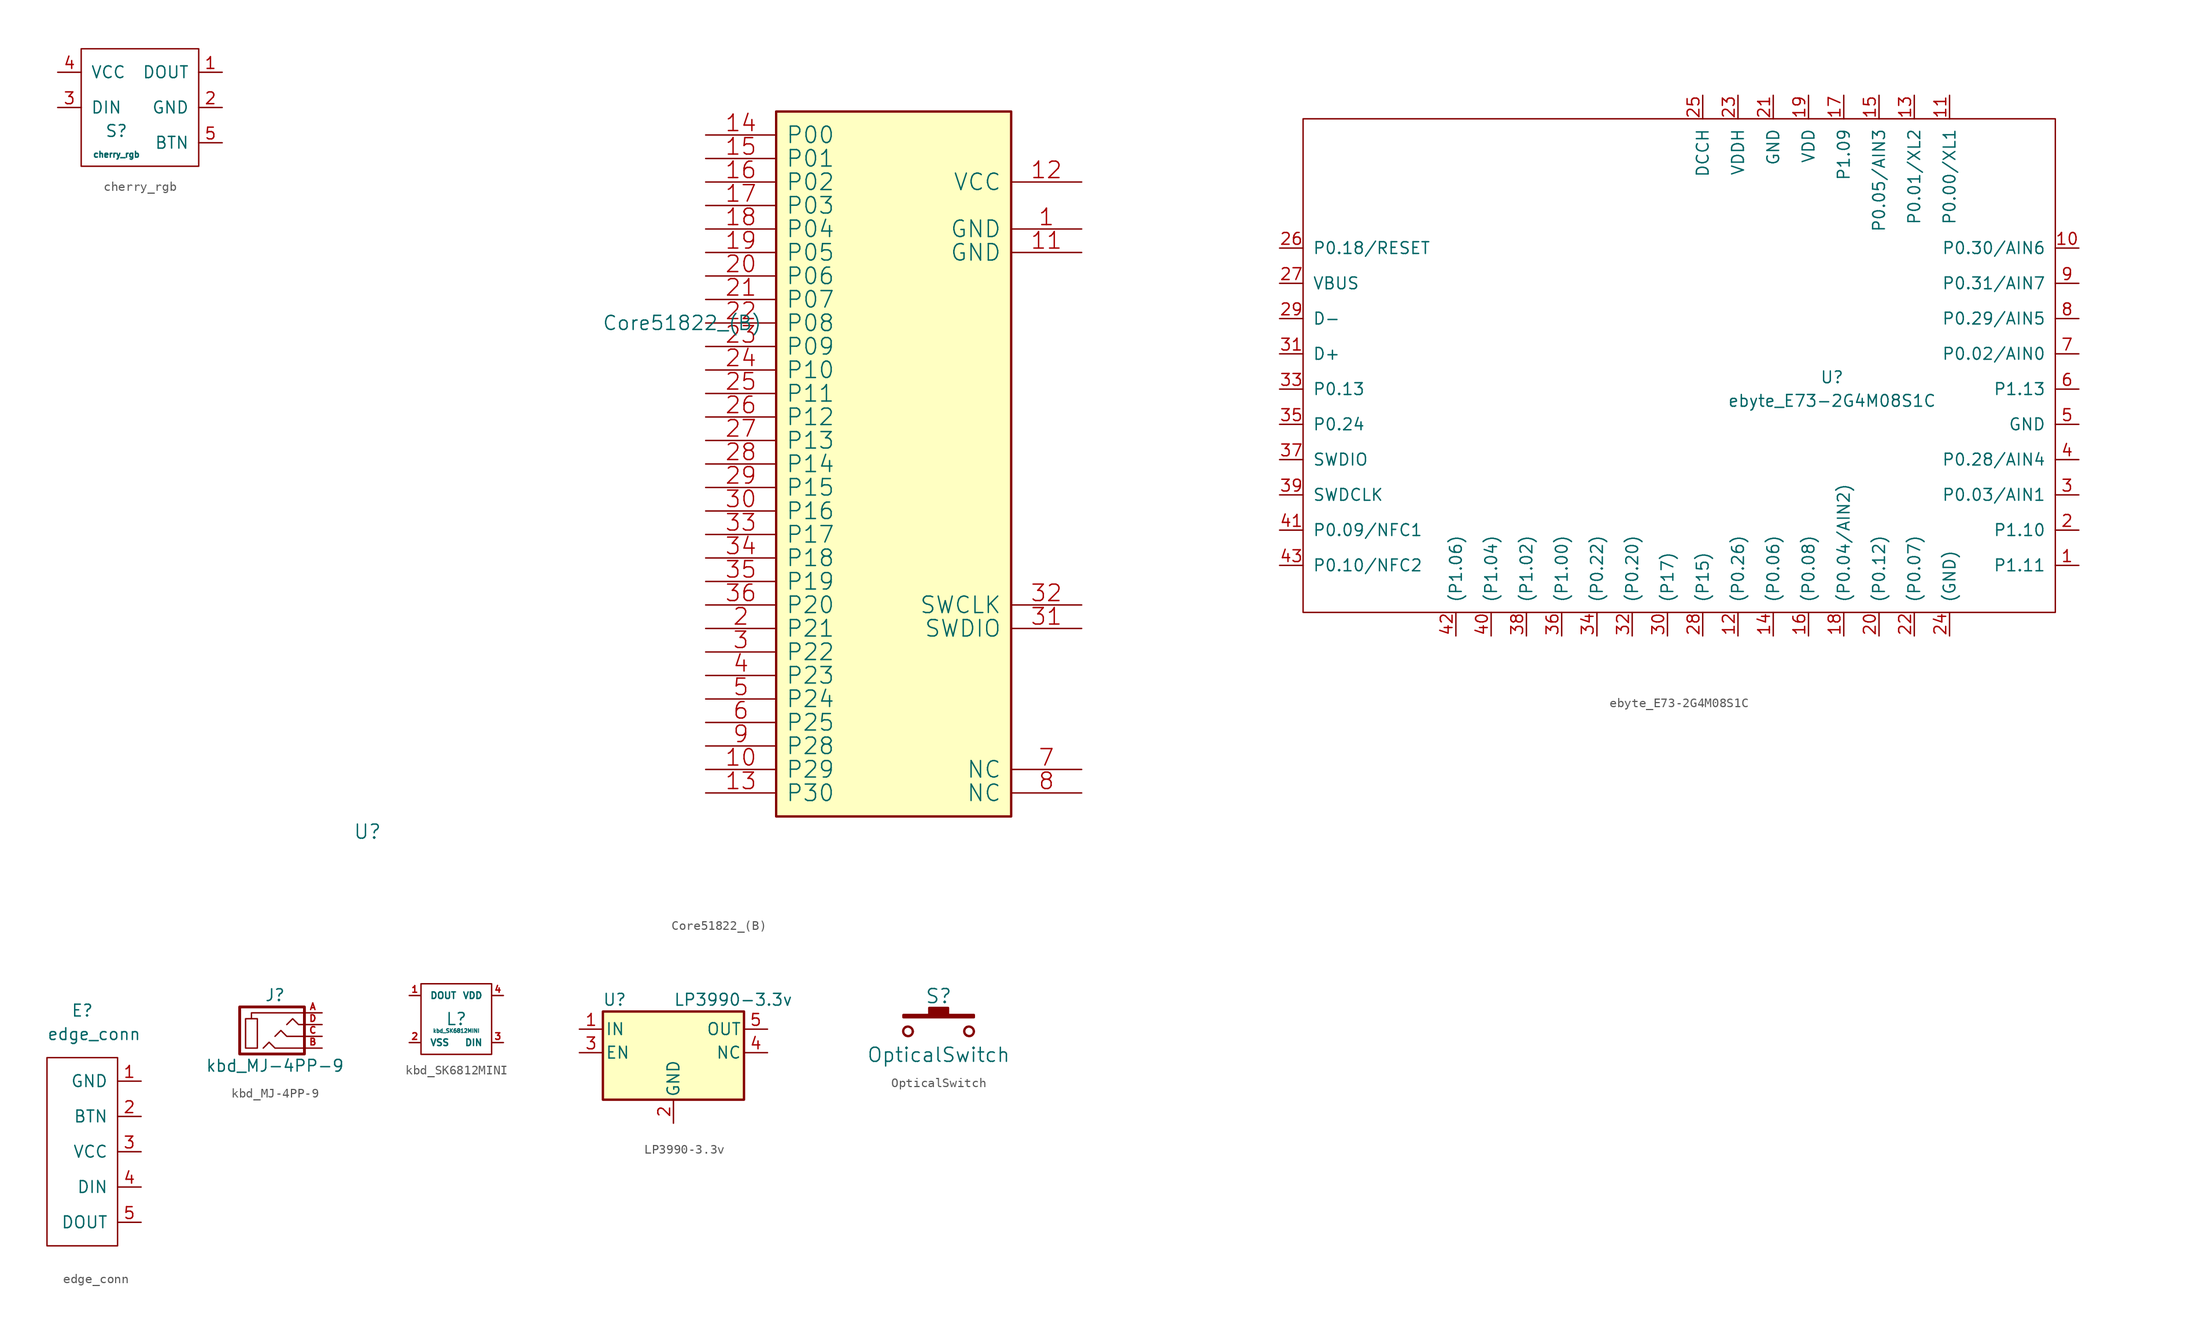
<source format=kicad_sym>
(kicad_symbol_lib
  (version 20211014)
  (generator kicad_symbol_editor)
  (symbol "cherry_rgb"
    (pin_names
      (offset 1.016))
    (property "Reference" "S"
      (at -2.54 -2.54 0)
      (effects (font (size 1.27 1.27))))
    (property "Value" "cherry_rgb"
      (at -2.54 -5.08 0)
      (effects (font (size 0.635 0.635))))
    (symbol "cherry_rgb_0_1"
      (rectangle (start -6.35 6.35) (end 6.35 -6.35) (stroke (width 0) (type default) (color 0 0 0 0)) (fill (type none))))
    (symbol "cherry_rgb_1_1"
      (pin input line (at 8.89 3.81 180) (length 2.54) (name "DOUT" (effects (font (size 1.27 1.27)))) (number "1" (effects (font (size 1.27 1.27)))))
      (pin input line (at 8.89 0 180) (length 2.54) (name "GND" (effects (font (size 1.27 1.27)))) (number "2" (effects (font (size 1.27 1.27)))))
      (pin input line (at -8.89 0 0) (length 2.54) (name "DIN" (effects (font (size 1.27 1.27)))) (number "3" (effects (font (size 1.27 1.27)))))
      (pin input line (at -8.89 3.81 0) (length 2.54) (name "VCC" (effects (font (size 1.27 1.27)))) (number "4" (effects (font (size 1.27 1.27)))))
      (pin input line (at 8.89 -3.81 180) (length 2.54) (name "BTN" (effects (font (size 1.27 1.27)))) (number "5" (effects (font (size 1.27 1.27)))))))
  (symbol "Core51822_(B)"
    (pin_names
      (offset 1.016))
    (property "Reference" "U"
      (at -35.56 -55.88 0)
      (effects (font (size 1.524 1.524)) (justify left bottom)))
    (property "Value" "Core51822_(B)"
      (at 0 0 0)
      (effects (font (size 1.524 1.524))))
    (property "Footprint" ""
      (at 0 0 0)
      (effects (font (size 1.524 1.524))))
    (property "Datasheet" ""
      (at 0 0 0)
      (effects (font (size 1.524 1.524))))
    (symbol "Core51822_(B)_0_1"
      (rectangle (start 35.56 -53.34) (end 10.16 22.86) (stroke (width 0.254) (type default) (color 0 0 0 0)) (fill (type background)))
      (pin passive line (at 43.18 10.16 180) (length 7.62) (name "GND" (effects (font (size 1.778 1.778)))) (number "1" (effects (font (size 1.778 1.778)))))
      (pin passive line (at 2.54 -48.26 0) (length 7.62) (name "P29" (effects (font (size 1.778 1.778)))) (number "10" (effects (font (size 1.778 1.778)))))
      (pin passive line (at 43.18 7.62 180) (length 7.62) (name "GND" (effects (font (size 1.778 1.778)))) (number "11" (effects (font (size 1.778 1.778)))))
      (pin passive line (at 43.18 15.24 180) (length 7.62) (name "VCC" (effects (font (size 1.778 1.778)))) (number "12" (effects (font (size 1.778 1.778)))))
      (pin passive line (at 2.54 -50.8 0) (length 7.62) (name "P30" (effects (font (size 1.778 1.778)))) (number "13" (effects (font (size 1.778 1.778)))))
      (pin passive line (at 2.54 20.32 0) (length 7.62) (name "P00" (effects (font (size 1.778 1.778)))) (number "14" (effects (font (size 1.778 1.778)))))
      (pin passive line (at 2.54 17.78 0) (length 7.62) (name "P01" (effects (font (size 1.778 1.778)))) (number "15" (effects (font (size 1.778 1.778)))))
      (pin passive line (at 2.54 15.24 0) (length 7.62) (name "P02" (effects (font (size 1.778 1.778)))) (number "16" (effects (font (size 1.778 1.778)))))
      (pin passive line (at 2.54 12.7 0) (length 7.62) (name "P03" (effects (font (size 1.778 1.778)))) (number "17" (effects (font (size 1.778 1.778)))))
      (pin passive line (at 2.54 10.16 0) (length 7.62) (name "P04" (effects (font (size 1.778 1.778)))) (number "18" (effects (font (size 1.778 1.778)))))
      (pin passive line (at 2.54 7.62 0) (length 7.62) (name "P05" (effects (font (size 1.778 1.778)))) (number "19" (effects (font (size 1.778 1.778)))))
      (pin passive line (at 2.54 -33.02 0) (length 7.62) (name "P21" (effects (font (size 1.778 1.778)))) (number "2" (effects (font (size 1.778 1.778)))))
      (pin passive line (at 2.54 5.08 0) (length 7.62) (name "P06" (effects (font (size 1.778 1.778)))) (number "20" (effects (font (size 1.778 1.778)))))
      (pin passive line (at 2.54 2.54 0) (length 7.62) (name "P07" (effects (font (size 1.778 1.778)))) (number "21" (effects (font (size 1.778 1.778)))))
      (pin passive line (at 2.54 0 0) (length 7.62) (name "P08" (effects (font (size 1.778 1.778)))) (number "22" (effects (font (size 1.778 1.778)))))
      (pin passive line (at 2.54 -2.54 0) (length 7.62) (name "P09" (effects (font (size 1.778 1.778)))) (number "23" (effects (font (size 1.778 1.778)))))
      (pin passive line (at 2.54 -5.08 0) (length 7.62) (name "P10" (effects (font (size 1.778 1.778)))) (number "24" (effects (font (size 1.778 1.778)))))
      (pin passive line (at 2.54 -7.62 0) (length 7.62) (name "P11" (effects (font (size 1.778 1.778)))) (number "25" (effects (font (size 1.778 1.778)))))
      (pin passive line (at 2.54 -10.16 0) (length 7.62) (name "P12" (effects (font (size 1.778 1.778)))) (number "26" (effects (font (size 1.778 1.778)))))
      (pin passive line (at 2.54 -12.7 0) (length 7.62) (name "P13" (effects (font (size 1.778 1.778)))) (number "27" (effects (font (size 1.778 1.778)))))
      (pin passive line (at 2.54 -15.24 0) (length 7.62) (name "P14" (effects (font (size 1.778 1.778)))) (number "28" (effects (font (size 1.778 1.778)))))
      (pin passive line (at 2.54 -17.78 0) (length 7.62) (name "P15" (effects (font (size 1.778 1.778)))) (number "29" (effects (font (size 1.778 1.778)))))
      (pin passive line (at 2.54 -35.56 0) (length 7.62) (name "P22" (effects (font (size 1.778 1.778)))) (number "3" (effects (font (size 1.778 1.778)))))
      (pin passive line (at 2.54 -20.32 0) (length 7.62) (name "P16" (effects (font (size 1.778 1.778)))) (number "30" (effects (font (size 1.778 1.778)))))
      (pin passive line (at 43.18 -33.02 180) (length 7.62) (name "SWDIO" (effects (font (size 1.778 1.778)))) (number "31" (effects (font (size 1.778 1.778)))))
      (pin passive line (at 43.18 -30.48 180) (length 7.62) (name "SWCLK" (effects (font (size 1.778 1.778)))) (number "32" (effects (font (size 1.778 1.778)))))
      (pin passive line (at 2.54 -22.86 0) (length 7.62) (name "P17" (effects (font (size 1.778 1.778)))) (number "33" (effects (font (size 1.778 1.778)))))
      (pin passive line (at 2.54 -25.4 0) (length 7.62) (name "P18" (effects (font (size 1.778 1.778)))) (number "34" (effects (font (size 1.778 1.778)))))
      (pin passive line (at 2.54 -27.94 0) (length 7.62) (name "P19" (effects (font (size 1.778 1.778)))) (number "35" (effects (font (size 1.778 1.778)))))
      (pin passive line (at 2.54 -30.48 0) (length 7.62) (name "P20" (effects (font (size 1.778 1.778)))) (number "36" (effects (font (size 1.778 1.778)))))
      (pin passive line (at 2.54 -38.1 0) (length 7.62) (name "P23" (effects (font (size 1.778 1.778)))) (number "4" (effects (font (size 1.778 1.778)))))
      (pin passive line (at 2.54 -40.64 0) (length 7.62) (name "P24" (effects (font (size 1.778 1.778)))) (number "5" (effects (font (size 1.778 1.778)))))
      (pin passive line (at 2.54 -43.18 0) (length 7.62) (name "P25" (effects (font (size 1.778 1.778)))) (number "6" (effects (font (size 1.778 1.778)))))
      (pin passive line (at 43.18 -48.26 180) (length 7.62) (name "NC" (effects (font (size 1.778 1.778)))) (number "7" (effects (font (size 1.778 1.778)))))
      (pin passive line (at 43.18 -50.8 180) (length 7.62) (name "NC" (effects (font (size 1.778 1.778)))) (number "8" (effects (font (size 1.778 1.778)))))
      (pin passive line (at 2.54 -45.72 0) (length 7.62) (name "P28" (effects (font (size 1.778 1.778)))) (number "9" (effects (font (size 1.778 1.778)))))))
  (symbol "ebyte_E73-2G4M08S1C"
    (pin_names
      (offset 1.016))
    (property "Reference" "U"
      (at 1.27 0 0)
      (effects (font (size 1.27 1.27))))
    (property "Value" "ebyte_E73-2G4M08S1C"
      (at 1.27 -2.54 0)
      (effects (font (size 1.27 1.27))))
    (symbol "ebyte_E73-2G4M08S1C_0_1"
      (rectangle (start -55.88 27.94) (end 25.4 -25.4) (stroke (width 0) (type default) (color 0 0 0 0)) (fill (type none))))
    (symbol "ebyte_E73-2G4M08S1C_1_1"
      (pin input line (at 27.94 -20.32 180) (length 2.54) (name "P1.11" (effects (font (size 1.27 1.27)))) (number "1" (effects (font (size 1.27 1.27)))))
      (pin input line (at 27.94 13.97 180) (length 2.54) (name "P0.30/AIN6" (effects (font (size 1.27 1.27)))) (number "10" (effects (font (size 1.27 1.27)))))
      (pin input line (at 13.97 30.48 270) (length 2.54) (name "P0.00/XL1" (effects (font (size 1.27 1.27)))) (number "11" (effects (font (size 1.27 1.27)))))
      (pin input line (at -8.89 -27.94 90) (length 2.54) (name "(P0.26)" (effects (font (size 1.27 1.27)))) (number "12" (effects (font (size 1.27 1.27)))))
      (pin input line (at 10.16 30.48 270) (length 2.54) (name "P0.01/XL2" (effects (font (size 1.27 1.27)))) (number "13" (effects (font (size 1.27 1.27)))))
      (pin input line (at -5.08 -27.94 90) (length 2.54) (name "(P0.06)" (effects (font (size 1.27 1.27)))) (number "14" (effects (font (size 1.27 1.27)))))
      (pin input line (at 6.35 30.48 270) (length 2.54) (name "P0.05/AIN3" (effects (font (size 1.27 1.27)))) (number "15" (effects (font (size 1.27 1.27)))))
      (pin input line (at -1.27 -27.94 90) (length 2.54) (name "(P0.08)" (effects (font (size 1.27 1.27)))) (number "16" (effects (font (size 1.27 1.27)))))
      (pin input line (at 2.54 30.48 270) (length 2.54) (name "P1.09" (effects (font (size 1.27 1.27)))) (number "17" (effects (font (size 1.27 1.27)))))
      (pin input line (at 2.54 -27.94 90) (length 2.54) (name "(P0.04/AIN2)" (effects (font (size 1.27 1.27)))) (number "18" (effects (font (size 1.27 1.27)))))
      (pin input line (at -1.27 30.48 270) (length 2.54) (name "VDD" (effects (font (size 1.27 1.27)))) (number "19" (effects (font (size 1.27 1.27)))))
      (pin input line (at 27.94 -16.51 180) (length 2.54) (name "P1.10" (effects (font (size 1.27 1.27)))) (number "2" (effects (font (size 1.27 1.27)))))
      (pin input line (at 6.35 -27.94 90) (length 2.54) (name "(P0.12)" (effects (font (size 1.27 1.27)))) (number "20" (effects (font (size 1.27 1.27)))))
      (pin input line (at -5.08 30.48 270) (length 2.54) (name "GND" (effects (font (size 1.27 1.27)))) (number "21" (effects (font (size 1.27 1.27)))))
      (pin input line (at 10.16 -27.94 90) (length 2.54) (name "(P0.07)" (effects (font (size 1.27 1.27)))) (number "22" (effects (font (size 1.27 1.27)))))
      (pin input line (at -8.89 30.48 270) (length 2.54) (name "VDDH" (effects (font (size 1.27 1.27)))) (number "23" (effects (font (size 1.27 1.27)))))
      (pin input line (at 13.97 -27.94 90) (length 2.54) (name "(GND)" (effects (font (size 1.27 1.27)))) (number "24" (effects (font (size 1.27 1.27)))))
      (pin input line (at -12.7 30.48 270) (length 2.54) (name "DCCH" (effects (font (size 1.27 1.27)))) (number "25" (effects (font (size 1.27 1.27)))))
      (pin input line (at -58.42 13.97 0) (length 2.54) (name "P0.18/RESET" (effects (font (size 1.27 1.27)))) (number "26" (effects (font (size 1.27 1.27)))))
      (pin input line (at -58.42 10.16 0) (length 2.54) (name "VBUS" (effects (font (size 1.27 1.27)))) (number "27" (effects (font (size 1.27 1.27)))))
      (pin input line (at -12.7 -27.94 90) (length 2.54) (name "(P15)" (effects (font (size 1.27 1.27)))) (number "28" (effects (font (size 1.27 1.27)))))
      (pin input line (at -58.42 6.35 0) (length 2.54) (name "D-" (effects (font (size 1.27 1.27)))) (number "29" (effects (font (size 1.27 1.27)))))
      (pin input line (at 27.94 -12.7 180) (length 2.54) (name "P0.03/AIN1" (effects (font (size 1.27 1.27)))) (number "3" (effects (font (size 1.27 1.27)))))
      (pin input line (at -16.51 -27.94 90) (length 2.54) (name "(P17)" (effects (font (size 1.27 1.27)))) (number "30" (effects (font (size 1.27 1.27)))))
      (pin input line (at -58.42 2.54 0) (length 2.54) (name "D+" (effects (font (size 1.27 1.27)))) (number "31" (effects (font (size 1.27 1.27)))))
      (pin input line (at -20.32 -27.94 90) (length 2.54) (name "(P0.20)" (effects (font (size 1.27 1.27)))) (number "32" (effects (font (size 1.27 1.27)))))
      (pin input line (at -58.42 -1.27 0) (length 2.54) (name "P0.13" (effects (font (size 1.27 1.27)))) (number "33" (effects (font (size 1.27 1.27)))))
      (pin input line (at -24.13 -27.94 90) (length 2.54) (name "(P0.22)" (effects (font (size 1.27 1.27)))) (number "34" (effects (font (size 1.27 1.27)))))
      (pin input line (at -58.42 -5.08 0) (length 2.54) (name "P0.24" (effects (font (size 1.27 1.27)))) (number "35" (effects (font (size 1.27 1.27)))))
      (pin input line (at -27.94 -27.94 90) (length 2.54) (name "(P1.00)" (effects (font (size 1.27 1.27)))) (number "36" (effects (font (size 1.27 1.27)))))
      (pin input line (at -58.42 -8.89 0) (length 2.54) (name "SWDIO" (effects (font (size 1.27 1.27)))) (number "37" (effects (font (size 1.27 1.27)))))
      (pin input line (at -31.75 -27.94 90) (length 2.54) (name "(P1.02)" (effects (font (size 1.27 1.27)))) (number "38" (effects (font (size 1.27 1.27)))))
      (pin input line (at -58.42 -12.7 0) (length 2.54) (name "SWDCLK" (effects (font (size 1.27 1.27)))) (number "39" (effects (font (size 1.27 1.27)))))
      (pin input line (at 27.94 -8.89 180) (length 2.54) (name "P0.28/AIN4" (effects (font (size 1.27 1.27)))) (number "4" (effects (font (size 1.27 1.27)))))
      (pin input line (at -35.56 -27.94 90) (length 2.54) (name "(P1.04)" (effects (font (size 1.27 1.27)))) (number "40" (effects (font (size 1.27 1.27)))))
      (pin input line (at -58.42 -16.51 0) (length 2.54) (name "P0.09/NFC1" (effects (font (size 1.27 1.27)))) (number "41" (effects (font (size 1.27 1.27)))))
      (pin input line (at -39.37 -27.94 90) (length 2.54) (name "(P1.06)" (effects (font (size 1.27 1.27)))) (number "42" (effects (font (size 1.27 1.27)))))
      (pin input line (at -58.42 -20.32 0) (length 2.54) (name "P0.10/NFC2" (effects (font (size 1.27 1.27)))) (number "43" (effects (font (size 1.27 1.27)))))
      (pin input line (at 27.94 -5.08 180) (length 2.54) (name "GND" (effects (font (size 1.27 1.27)))) (number "5" (effects (font (size 1.27 1.27)))))
      (pin input line (at 27.94 -1.27 180) (length 2.54) (name "P1.13" (effects (font (size 1.27 1.27)))) (number "6" (effects (font (size 1.27 1.27)))))
      (pin input line (at 27.94 2.54 180) (length 2.54) (name "P0.02/AIN0" (effects (font (size 1.27 1.27)))) (number "7" (effects (font (size 1.27 1.27)))))
      (pin input line (at 27.94 6.35 180) (length 2.54) (name "P0.29/AIN5" (effects (font (size 1.27 1.27)))) (number "8" (effects (font (size 1.27 1.27)))))
      (pin input line (at 27.94 10.16 180) (length 2.54) (name "P0.31/AIN7" (effects (font (size 1.27 1.27)))) (number "9" (effects (font (size 1.27 1.27)))))))
  (symbol "edge_conn"
    (pin_names
      (offset 1.016))
    (property "Reference" "E"
      (at 0 15.24 0)
      (effects (font (size 1.27 1.27))))
    (property "Value" "edge_conn"
      (at 1.27 12.7 0)
      (effects (font (size 1.27 1.27))))
    (symbol "edge_conn_0_1"
      (rectangle (start -3.81 10.16) (end 3.81 -10.16) (stroke (width 0) (type default) (color 0 0 0 0)) (fill (type none))))
    (symbol "edge_conn_1_1"
      (pin passive line (at 6.35 7.62 180) (length 2.54) (name "GND" (effects (font (size 1.27 1.27)))) (number "1" (effects (font (size 1.27 1.27)))))
      (pin output line (at 6.35 3.81 180) (length 2.54) (name "BTN" (effects (font (size 1.27 1.27)))) (number "2" (effects (font (size 1.27 1.27)))))
      (pin power_in line (at 6.35 0 180) (length 2.54) (name "VCC" (effects (font (size 1.27 1.27)))) (number "3" (effects (font (size 1.27 1.27)))))
      (pin input line (at 6.35 -3.81 180) (length 2.54) (name "DIN" (effects (font (size 1.27 1.27)))) (number "4" (effects (font (size 1.27 1.27)))))
      (pin output line (at 6.35 -7.62 180) (length 2.54) (name "DOUT" (effects (font (size 1.27 1.27)))) (number "5" (effects (font (size 1.27 1.27)))))))
  (symbol "kbd_MJ-4PP-9"
    (pin_names
      (offset 1.016))
    (property "Reference" "J"
      (at 0 3.81 0)
      (effects (font (size 1.27 1.27))))
    (property "Value" "kbd_MJ-4PP-9"
      (at 0 -3.81 0)
      (effects (font (size 1.27 1.27))))
    (symbol "kbd_MJ-4PP-9_0_1"
      (rectangle (start -1.905 -1.905) (end -3.175 1.27) (stroke (width 0) (type default) (color 0 0 0 0)) (fill (type none)))
      (polyline (pts (xy -2.54 1.27) (xy -2.54 1.905) (xy 3.175 1.905)) (stroke (width 0) (type default) (color 0 0 0 0)) (fill (type none)))
      (polyline (pts (xy -1.27 -1.905) (xy -0.635 -1.27) (xy 0 -1.905) (xy 3.175 -1.905)) (stroke (width 0) (type default) (color 0 0 0 0)) (fill (type none)))
      (polyline (pts (xy 0 -0.635) (xy 0.635 0) (xy 1.27 -0.635) (xy 3.175 -0.635)) (stroke (width 0) (type default) (color 0 0 0 0)) (fill (type none)))
      (polyline (pts (xy 1.27 0.635) (xy 1.905 1.27) (xy 2.54 0.635) (xy 3.175 0.635)) (stroke (width 0) (type default) (color 0 0 0 0)) (fill (type none)))
      (rectangle (start 3.175 2.54) (end -3.81 -2.54) (stroke (width 0.305) (type default) (color 0 0 0 0)) (fill (type none))))
    (symbol "kbd_MJ-4PP-9_1_1"
      (pin input line (at 5.08 1.905 180) (length 2.007) (name "~" (effects (font (size 0.508 0.508)))) (number "A" (effects (font (size 0.711 0.711)))))
      (pin input line (at 5.08 -1.905 180) (length 2.007) (name "~" (effects (font (size 0.508 0.508)))) (number "B" (effects (font (size 0.711 0.711)))))
      (pin input line (at 5.08 -0.635 180) (length 2.007) (name "~" (effects (font (size 0.508 0.508)))) (number "C" (effects (font (size 0.711 0.711)))))
      (pin input line (at 5.08 0.635 180) (length 2.007) (name "~" (effects (font (size 0.508 0.508)))) (number "D" (effects (font (size 0.711 0.711)))))))
  (symbol "kbd_SK6812MINI"
    (pin_names
      (offset 1.016))
    (property "Reference" "L"
      (at 0 0 0)
      (effects (font (size 1.295 1.295))))
    (property "Value" "kbd_SK6812MINI"
      (at 0 -1.27 0)
      (effects (font (size 0.406 0.406))))
    (symbol "kbd_SK6812MINI_0_1"
      (rectangle (start -3.81 3.81) (end 3.81 -3.81) (stroke (width 0) (type default) (color 0 0 0 0)) (fill (type none))))
    (symbol "kbd_SK6812MINI_1_1"
      (pin output line (at -5.08 2.54 0) (length 1.194) (name "DOUT" (effects (font (size 0.711 0.711)))) (number "1" (effects (font (size 0.711 0.711)))))
      (pin passive line (at -5.08 -2.54 0) (length 1.194) (name "VSS" (effects (font (size 0.711 0.711)))) (number "2" (effects (font (size 0.711 0.711)))))
      (pin input line (at 5.08 -2.54 180) (length 1.194) (name "DIN" (effects (font (size 0.711 0.711)))) (number "3" (effects (font (size 0.711 0.711)))))
      (pin passive line (at 5.08 2.54 180) (length 1.194) (name "VDD" (effects (font (size 0.711 0.711)))) (number "4" (effects (font (size 0.711 0.711)))))))
  (symbol "LP3990-3.3v"
    (pin_names
      (offset 0.254))
    (property "Reference" "U"
      (at -6.35 5.715 0)
      (effects (font (size 1.27 1.27))))
    (property "Value" "LP3990-3.3v"
      (at 0 5.715 0)
      (effects (font (size 1.27 1.27)) (justify left)))
    (symbol "LP3990-3.3v_0_1"
      (rectangle (start -7.62 -5.08) (end 7.62 4.445) (stroke (width 0.254) (type default) (color 0 0 0 0)) (fill (type background))))
    (symbol "LP3990-3.3v_1_1"
      (pin power_in line (at -10.16 2.54 0) (length 2.54) (name "IN" (effects (font (size 1.27 1.27)))) (number "1" (effects (font (size 1.27 1.27)))))
      (pin power_in line (at 0 -7.62 90) (length 2.54) (name "GND" (effects (font (size 1.27 1.27)))) (number "2" (effects (font (size 1.27 1.27)))))
      (pin input line (at -10.16 0 0) (length 2.54) (name "EN" (effects (font (size 1.27 1.27)))) (number "3" (effects (font (size 1.27 1.27)))))
      (pin output line (at 10.16 0 180) (length 2.54) (name "NC" (effects (font (size 1.27 1.27)))) (number "4" (effects (font (size 1.27 1.27)))))
      (pin power_out line (at 10.16 2.54 180) (length 2.54) (name "OUT" (effects (font (size 1.27 1.27)))) (number "5" (effects (font (size 1.27 1.27)))))))
  (symbol "OpticalSwitch"
    (pin_names
      (offset 1.016))
    (property "Reference" "S"
      (at 0 2.54 0)
      (effects (font (size 1.524 1.524))))
    (property "Value" "OpticalSwitch"
      (at 0 -3.81 0)
      (effects (font (size 1.524 1.524))))
    (symbol "OpticalSwitch_0_1"
      (polyline (pts (xy -3.81 0.508) (xy -3.81 0.254) (xy 3.81 0.254) (xy 3.81 0.508) (xy 1.016 0.508) (xy 1.016 1.27) (xy -1.016 1.27) (xy -1.016 0.508) (xy -3.81 0.508)) (stroke (width 0.254) (type default) (color 0 0 0 0)) (fill (type outline))))
    (symbol "OpticalSwitch_1_1"
      (arc (start -3.5814 -1.7018) (mid -3.0562 -1.7218) (end -2.794 -1.27) (stroke (width 0.254) (type default) (color 0 0 0 0)) (fill (type none)))
      (arc (start -3.5814 -0.8128) (mid -3.8378 -1.2631) (end -3.5814 -1.7018) (stroke (width 0.254) (type default) (color 0 0 0 0)) (fill (type none)))
      (arc (start -2.794 -1.27) (mid -3.0535 -0.8269) (end -3.5814 -0.8128) (stroke (width 0.254) (type default) (color 0 0 0 0)) (fill (type none)))
      (arc (start 3.0226 -1.7018) (mid 3.5478 -1.7218) (end 3.81 -1.27) (stroke (width 0.254) (type default) (color 0 0 0 0)) (fill (type none)))
      (arc (start 3.0226 -0.8128) (mid 2.7662 -1.2631) (end 3.0226 -1.7018) (stroke (width 0.254) (type default) (color 0 0 0 0)) (fill (type none)))
      (arc (start 3.81 -1.27) (mid 3.5505 -0.8269) (end 3.0226 -0.8128) (stroke (width 0.254) (type default) (color 0 0 0 0)) (fill (type none))))))
</source>
